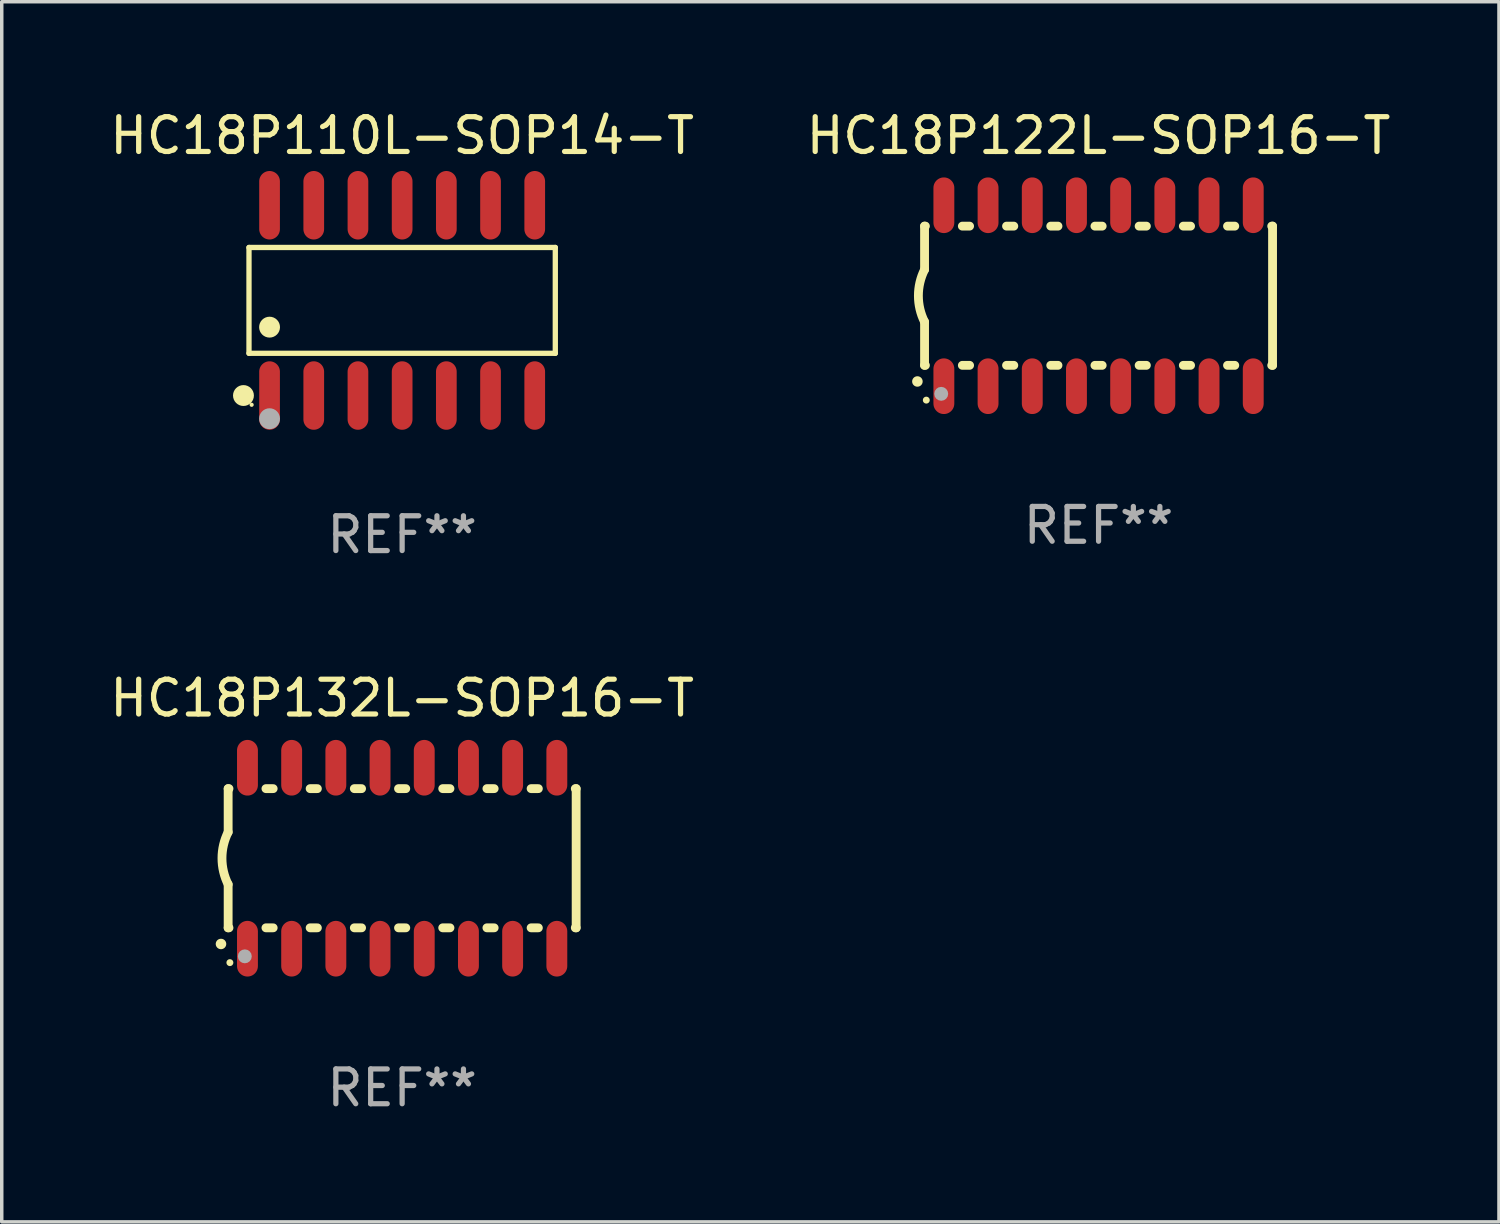
<source format=kicad_pcb>
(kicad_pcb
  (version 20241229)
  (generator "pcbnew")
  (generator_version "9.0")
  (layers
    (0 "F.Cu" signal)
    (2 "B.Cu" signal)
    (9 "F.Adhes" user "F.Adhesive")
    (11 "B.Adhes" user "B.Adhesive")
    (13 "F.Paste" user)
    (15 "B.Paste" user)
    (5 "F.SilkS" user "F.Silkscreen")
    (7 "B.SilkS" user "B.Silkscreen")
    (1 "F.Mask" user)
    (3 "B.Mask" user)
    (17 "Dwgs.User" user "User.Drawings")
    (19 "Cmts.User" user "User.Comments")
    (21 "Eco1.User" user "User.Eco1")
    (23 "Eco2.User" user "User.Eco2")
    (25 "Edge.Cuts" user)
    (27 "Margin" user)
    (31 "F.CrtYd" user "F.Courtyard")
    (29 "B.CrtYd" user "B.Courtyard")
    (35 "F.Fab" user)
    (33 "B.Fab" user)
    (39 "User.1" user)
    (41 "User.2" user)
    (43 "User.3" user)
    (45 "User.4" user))
  (footprint "HC18P122L-SOP16-T"
    (layer "F.Cu")
    (at 28.518 5.448)
    (property "Reference" "HC18P122L-SOP16-T" (at 0 -4.6 0) (layer "F.SilkS") (effects (font (size 1 1) (thickness 0.15))))
    (attr through_hole)
    (fp_line (start -5 -2) (end -5 -0.75) (stroke (width 0.254) (type solid)) (layer "F.SilkS"))
    (fp_line (start -5 -2) (end -4.976 -2) (stroke (width 0.254) (type solid)) (layer "F.SilkS"))
    (fp_line (start -5 2) (end -5 0.75) (stroke (width 0.254) (type solid)) (layer "F.SilkS"))
    (fp_line (start -5 2) (end -4.976 2) (stroke (width 0.254) (type solid)) (layer "F.SilkS"))
    (fp_line (start -3.914 -2) (end -3.706 -2) (stroke (width 0.254) (type solid)) (layer "F.SilkS"))
    (fp_line (start -3.914 2) (end -3.706 2) (stroke (width 0.254) (type solid)) (layer "F.SilkS"))
    (fp_line (start -2.644 -2) (end -2.436 -2) (stroke (width 0.254) (type solid)) (layer "F.SilkS"))
    (fp_line (start -2.644 2) (end -2.436 2) (stroke (width 0.254) (type solid)) (layer "F.SilkS"))
    (fp_line (start -1.374 -2) (end -1.166 -2) (stroke (width 0.254) (type solid)) (layer "F.SilkS"))
    (fp_line (start -1.374 2) (end -1.166 2) (stroke (width 0.254) (type solid)) (layer "F.SilkS"))
    (fp_line (start -0.104 -2) (end 0.104 -2) (stroke (width 0.254) (type solid)) (layer "F.SilkS"))
    (fp_line (start -0.104 2) (end 0.104 2) (stroke (width 0.254) (type solid)) (layer "F.SilkS"))
    (fp_line (start 1.166 -2) (end 1.374 -2) (stroke (width 0.254) (type solid)) (layer "F.SilkS"))
    (fp_line (start 1.166 2) (end 1.374 2) (stroke (width 0.254) (type solid)) (layer "F.SilkS"))
    (fp_line (start 2.436 -2) (end 2.644 -2) (stroke (width 0.254) (type solid)) (layer "F.SilkS"))
    (fp_line (start 2.436 2) (end 2.644 2) (stroke (width 0.254) (type solid)) (layer "F.SilkS"))
    (fp_line (start 3.706 -2) (end 3.914 -2) (stroke (width 0.254) (type solid)) (layer "F.SilkS"))
    (fp_line (start 3.706 2) (end 3.914 2) (stroke (width 0.254) (type solid)) (layer "F.SilkS"))
    (fp_line (start 4.976 -2) (end 5 -2) (stroke (width 0.254) (type solid)) (layer "F.SilkS"))
    (fp_line (start 4.976 2) (end 5 2) (stroke (width 0.254) (type solid)) (layer "F.SilkS"))
    (fp_line (start 5 2) (end 5 -2) (stroke (width 0.254) (type solid)) (layer "F.SilkS"))
    (fp_arc (start -5.20701 2.46383) (mid -5.20574 2.463825) (end -5.20447 2.46383) (stroke (width 0.3) (type solid)) (layer "F.SilkS"))
    (fp_arc (start -5 0.751207) (mid -5.177192 0.00061) (end -5 -0.749987) (stroke (width 0.254001) (type solid)) (layer "F.SilkS"))
    (fp_circle (center -4.95 3) (end -4.9 3) (stroke (width 0.1) (type solid)) (fill no) (layer "F.SilkS"))
    (fp_circle (center -4.521 2.819) (end -4.421 2.819) (stroke (width 0.2) (type solid)) (fill no) (layer "F.Fab"))
    (fp_text user "REF**" (at 0 6.6 0) (layer "F.Fab") (effects (font (size 1 1) (thickness 0.15))))
    (pad "1" smd oval (at -4.445 2.6 180) (size 0.6 1.6) (layers "F.Cu" "F.Mask" "F.Paste"))
    (pad "2" smd oval (at -3.175 2.6 180) (size 0.6 1.6) (layers "F.Cu" "F.Mask" "F.Paste"))
    (pad "3" smd oval (at -1.905 2.6 180) (size 0.6 1.6) (layers "F.Cu" "F.Mask" "F.Paste"))
    (pad "4" smd oval (at -0.635 2.6 180) (size 0.6 1.6) (layers "F.Cu" "F.Mask" "F.Paste"))
    (pad "5" smd oval (at 0.635 2.6 180) (size 0.6 1.6) (layers "F.Cu" "F.Mask" "F.Paste"))
    (pad "6" smd oval (at 1.905 2.6 180) (size 0.6 1.6) (layers "F.Cu" "F.Mask" "F.Paste"))
    (pad "7" smd oval (at 3.175 2.6 180) (size 0.6 1.6) (layers "F.Cu" "F.Mask" "F.Paste"))
    (pad "8" smd oval (at 4.445 2.6 180) (size 0.6 1.6) (layers "F.Cu" "F.Mask" "F.Paste"))
    (pad "9" smd oval (at 4.445 -2.6 180) (size 0.6 1.6) (layers "F.Cu" "F.Mask" "F.Paste"))
    (pad "10" smd oval (at 3.175 -2.6 180) (size 0.6 1.6) (layers "F.Cu" "F.Mask" "F.Paste"))
    (pad "11" smd oval (at 1.905 -2.6 180) (size 0.6 1.6) (layers "F.Cu" "F.Mask" "F.Paste"))
    (pad "12" smd oval (at 0.635 -2.6 180) (size 0.6 1.6) (layers "F.Cu" "F.Mask" "F.Paste"))
    (pad "13" smd oval (at -0.635 -2.6 180) (size 0.6 1.6) (layers "F.Cu" "F.Mask" "F.Paste"))
    (pad "14" smd oval (at -1.905 -2.6 180) (size 0.6 1.6) (layers "F.Cu" "F.Mask" "F.Paste"))
    (pad "15" smd oval (at -3.175 -2.6 180) (size 0.6 1.6) (layers "F.Cu" "F.Mask" "F.Paste"))
    (pad "16" smd oval (at -4.445 -2.6 180) (size 0.6 1.6) (layers "F.Cu" "F.Mask" "F.Paste")))
  (footprint "HC18P110L-SOP14-T"
    (layer "F.Cu")
    (at 8.506 5.582)
    (property "Reference" "HC18P110L-SOP14-T" (at 0 -4.734 0) (layer "F.SilkS") (effects (font (size 1 1) (thickness 0.15))))
    (attr through_hole)
    (fp_line (start -4.401 -1.521) (end 4.401 -1.521) (stroke (width 0.152) (type solid)) (layer "F.SilkS"))
    (fp_line (start -4.401 1.521) (end -4.401 -1.521) (stroke (width 0.152) (type solid)) (layer "F.SilkS"))
    (fp_line (start 4.401 -1.521) (end 4.401 1.521) (stroke (width 0.152) (type solid)) (layer "F.SilkS"))
    (fp_line (start 4.401 1.521) (end -4.401 1.521) (stroke (width 0.152) (type solid)) (layer "F.SilkS"))
    (fp_circle (center -4.56 2.734) (end -4.41 2.734) (stroke (width 0.3) (type solid)) (fill no) (layer "F.SilkS"))
    (fp_circle (center -4.325 3) (end -4.295 3) (stroke (width 0.06) (type solid)) (fill no) (layer "F.SilkS"))
    (fp_circle (center -3.81 0.769) (end -3.66 0.769) (stroke (width 0.3) (type solid)) (fill no) (layer "F.SilkS"))
    (fp_circle (center -3.81 3.4) (end -3.66 3.4) (stroke (width 0.3) (type solid)) (fill no) (layer "F.Fab"))
    (fp_text user "REF**" (at 0 6.734 0) (layer "F.Fab") (effects (font (size 1 1) (thickness 0.15))))
    (pad "1" smd oval (at -3.81 2.734) (size 0.595 1.968) (layers "F.Cu" "F.Mask" "F.Paste"))
    (pad "2" smd oval (at -2.54 2.734) (size 0.595 1.968) (layers "F.Cu" "F.Mask" "F.Paste"))
    (pad "3" smd oval (at -1.27 2.734) (size 0.595 1.968) (layers "F.Cu" "F.Mask" "F.Paste"))
    (pad "4" smd oval (at 0 2.734) (size 0.595 1.968) (layers "F.Cu" "F.Mask" "F.Paste"))
    (pad "5" smd oval (at 1.27 2.734) (size 0.595 1.968) (layers "F.Cu" "F.Mask" "F.Paste"))
    (pad "6" smd oval (at 2.54 2.734) (size 0.595 1.968) (layers "F.Cu" "F.Mask" "F.Paste"))
    (pad "7" smd oval (at 3.81 2.734) (size 0.595 1.968) (layers "F.Cu" "F.Mask" "F.Paste"))
    (pad "8" smd oval (at 3.81 -2.734) (size 0.595 1.968) (layers "F.Cu" "F.Mask" "F.Paste"))
    (pad "9" smd oval (at 2.54 -2.734) (size 0.595 1.968) (layers "F.Cu" "F.Mask" "F.Paste"))
    (pad "10" smd oval (at 1.27 -2.734) (size 0.595 1.968) (layers "F.Cu" "F.Mask" "F.Paste"))
    (pad "11" smd oval (at 0 -2.734) (size 0.595 1.968) (layers "F.Cu" "F.Mask" "F.Paste"))
    (pad "12" smd oval (at -1.27 -2.734) (size 0.595 1.968) (layers "F.Cu" "F.Mask" "F.Paste"))
    (pad "13" smd oval (at -2.54 -2.734) (size 0.595 1.968) (layers "F.Cu" "F.Mask" "F.Paste"))
    (pad "14" smd oval (at -3.81 -2.734) (size 0.595 1.968) (layers "F.Cu" "F.Mask" "F.Paste")))
  (footprint "HC18P132L-SOP16-T"
    (layer "F.Cu")
    (at 8.506 21.612)
    (property "Reference" "HC18P132L-SOP16-T" (at 0 -4.6 0) (layer "F.SilkS") (effects (font (size 1 1) (thickness 0.15))))
    (attr through_hole)
    (fp_line (start -5 -2) (end -5 -0.75) (stroke (width 0.254) (type solid)) (layer "F.SilkS"))
    (fp_line (start -5 -2) (end -4.976 -2) (stroke (width 0.254) (type solid)) (layer "F.SilkS"))
    (fp_line (start -5 2) (end -5 0.75) (stroke (width 0.254) (type solid)) (layer "F.SilkS"))
    (fp_line (start -5 2) (end -4.976 2) (stroke (width 0.254) (type solid)) (layer "F.SilkS"))
    (fp_line (start -3.914 -2) (end -3.706 -2) (stroke (width 0.254) (type solid)) (layer "F.SilkS"))
    (fp_line (start -3.914 2) (end -3.706 2) (stroke (width 0.254) (type solid)) (layer "F.SilkS"))
    (fp_line (start -2.644 -2) (end -2.436 -2) (stroke (width 0.254) (type solid)) (layer "F.SilkS"))
    (fp_line (start -2.644 2) (end -2.436 2) (stroke (width 0.254) (type solid)) (layer "F.SilkS"))
    (fp_line (start -1.374 -2) (end -1.166 -2) (stroke (width 0.254) (type solid)) (layer "F.SilkS"))
    (fp_line (start -1.374 2) (end -1.166 2) (stroke (width 0.254) (type solid)) (layer "F.SilkS"))
    (fp_line (start -0.104 -2) (end 0.104 -2) (stroke (width 0.254) (type solid)) (layer "F.SilkS"))
    (fp_line (start -0.104 2) (end 0.104 2) (stroke (width 0.254) (type solid)) (layer "F.SilkS"))
    (fp_line (start 1.166 -2) (end 1.374 -2) (stroke (width 0.254) (type solid)) (layer "F.SilkS"))
    (fp_line (start 1.166 2) (end 1.374 2) (stroke (width 0.254) (type solid)) (layer "F.SilkS"))
    (fp_line (start 2.436 -2) (end 2.644 -2) (stroke (width 0.254) (type solid)) (layer "F.SilkS"))
    (fp_line (start 2.436 2) (end 2.644 2) (stroke (width 0.254) (type solid)) (layer "F.SilkS"))
    (fp_line (start 3.706 -2) (end 3.914 -2) (stroke (width 0.254) (type solid)) (layer "F.SilkS"))
    (fp_line (start 3.706 2) (end 3.914 2) (stroke (width 0.254) (type solid)) (layer "F.SilkS"))
    (fp_line (start 4.976 -2) (end 5 -2) (stroke (width 0.254) (type solid)) (layer "F.SilkS"))
    (fp_line (start 4.976 2) (end 5 2) (stroke (width 0.254) (type solid)) (layer "F.SilkS"))
    (fp_line (start 5 2) (end 5 -2) (stroke (width 0.254) (type solid)) (layer "F.SilkS"))
    (fp_arc (start -5.20701 2.46383) (mid -5.20574 2.463825) (end -5.20447 2.46383) (stroke (width 0.3) (type solid)) (layer "F.SilkS"))
    (fp_arc (start -5 0.751207) (mid -5.177192 0.00061) (end -5 -0.749987) (stroke (width 0.254001) (type solid)) (layer "F.SilkS"))
    (fp_circle (center -4.95 3) (end -4.9 3) (stroke (width 0.1) (type solid)) (fill no) (layer "F.SilkS"))
    (fp_circle (center -4.521 2.819) (end -4.421 2.819) (stroke (width 0.2) (type solid)) (fill no) (layer "F.Fab"))
    (fp_text user "REF**" (at 0 6.6 0) (layer "F.Fab") (effects (font (size 1 1) (thickness 0.15))))
    (pad "1" smd oval (at -4.445 2.6 180) (size 0.6 1.6) (layers "F.Cu" "F.Mask" "F.Paste"))
    (pad "2" smd oval (at -3.175 2.6 180) (size 0.6 1.6) (layers "F.Cu" "F.Mask" "F.Paste"))
    (pad "3" smd oval (at -1.905 2.6 180) (size 0.6 1.6) (layers "F.Cu" "F.Mask" "F.Paste"))
    (pad "4" smd oval (at -0.635 2.6 180) (size 0.6 1.6) (layers "F.Cu" "F.Mask" "F.Paste"))
    (pad "5" smd oval (at 0.635 2.6 180) (size 0.6 1.6) (layers "F.Cu" "F.Mask" "F.Paste"))
    (pad "6" smd oval (at 1.905 2.6 180) (size 0.6 1.6) (layers "F.Cu" "F.Mask" "F.Paste"))
    (pad "7" smd oval (at 3.175 2.6 180) (size 0.6 1.6) (layers "F.Cu" "F.Mask" "F.Paste"))
    (pad "8" smd oval (at 4.445 2.6 180) (size 0.6 1.6) (layers "F.Cu" "F.Mask" "F.Paste"))
    (pad "9" smd oval (at 4.445 -2.6 180) (size 0.6 1.6) (layers "F.Cu" "F.Mask" "F.Paste"))
    (pad "10" smd oval (at 3.175 -2.6 180) (size 0.6 1.6) (layers "F.Cu" "F.Mask" "F.Paste"))
    (pad "11" smd oval (at 1.905 -2.6 180) (size 0.6 1.6) (layers "F.Cu" "F.Mask" "F.Paste"))
    (pad "12" smd oval (at 0.635 -2.6 180) (size 0.6 1.6) (layers "F.Cu" "F.Mask" "F.Paste"))
    (pad "13" smd oval (at -0.635 -2.6 180) (size 0.6 1.6) (layers "F.Cu" "F.Mask" "F.Paste"))
    (pad "14" smd oval (at -1.905 -2.6 180) (size 0.6 1.6) (layers "F.Cu" "F.Mask" "F.Paste"))
    (pad "15" smd oval (at -3.175 -2.6 180) (size 0.6 1.6) (layers "F.Cu" "F.Mask" "F.Paste"))
    (pad "16" smd oval (at -4.445 -2.6 180) (size 0.6 1.6) (layers "F.Cu" "F.Mask" "F.Paste")))
  (gr_rect
    (start -3 -3)
    (end 40.024 32.061)
    (stroke (width 0.1) (type default))
    (fill no)
    (layer "Edge.Cuts")))
</source>
